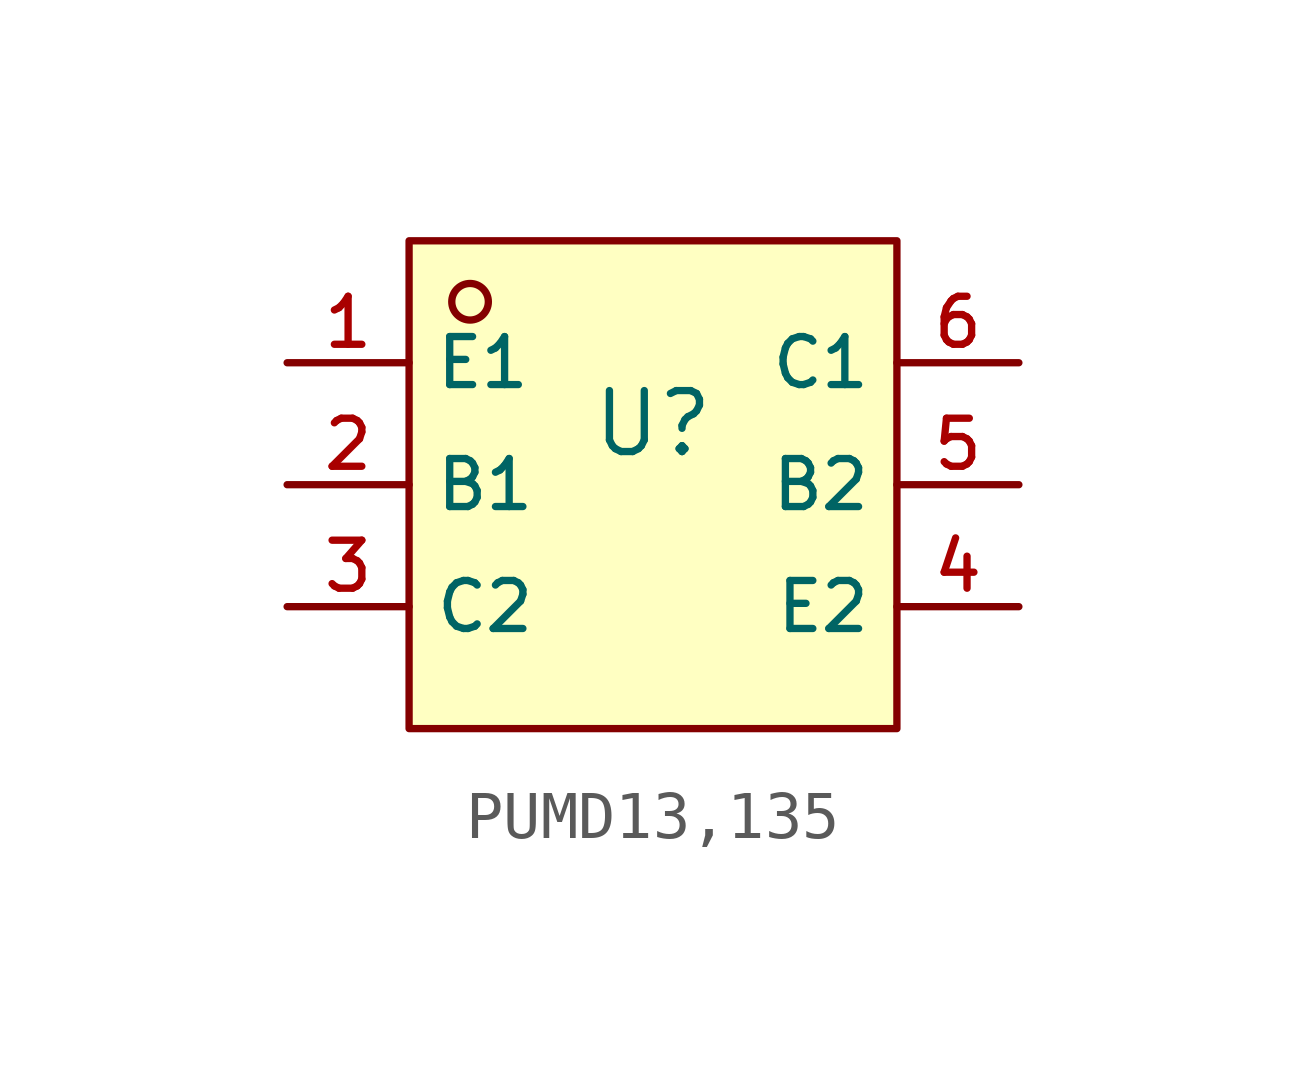
<source format=kicad_sym>
(kicad_symbol_lib
  (version 20210201)
  (generator TousstNicolas/JLC2KiCad_lib)
  (symbol "PUMD13,135"
    (property "Reference" "U"
      (at 0 1.27 0)
      (effects (font (size 1.27 1.27))))
    (symbol "PUMD13,135_0_1"
      (rectangle (start -5.08 5.08) (end 5.08 -5.08) (stroke (width 0) (type default) (color 0 0 0 0)) (fill (type background)))
      (circle (center -3.81 3.81) (radius 0.381) (stroke (width 0) (type default) (color 0 0 0 0)) (fill (type background)))
      (pin unspecified line (at -7.62 2.54 0) (length 2.54) (name "E1" (effects (font (size 1 1)))) (number "1" (effects (font (size 1 1)))))
      (pin unspecified line (at -7.62 -0.0 0) (length 2.54) (name "B1" (effects (font (size 1 1)))) (number "2" (effects (font (size 1 1)))))
      (pin unspecified line (at -7.62 -2.54 0) (length 2.54) (name "C2" (effects (font (size 1 1)))) (number "3" (effects (font (size 1 1)))))
      (pin unspecified line (at 7.62 -2.54 180) (length 2.54) (name "E2" (effects (font (size 1 1)))) (number "4" (effects (font (size 1 1)))))
      (pin unspecified line (at 7.62 -0.0 180) (length 2.54) (name "B2" (effects (font (size 1 1)))) (number "5" (effects (font (size 1 1)))))
      (pin unspecified line (at 7.62 2.54 180) (length 2.54) (name "C1" (effects (font (size 1 1)))) (number "6" (effects (font (size 1 1))))))))
</source>
